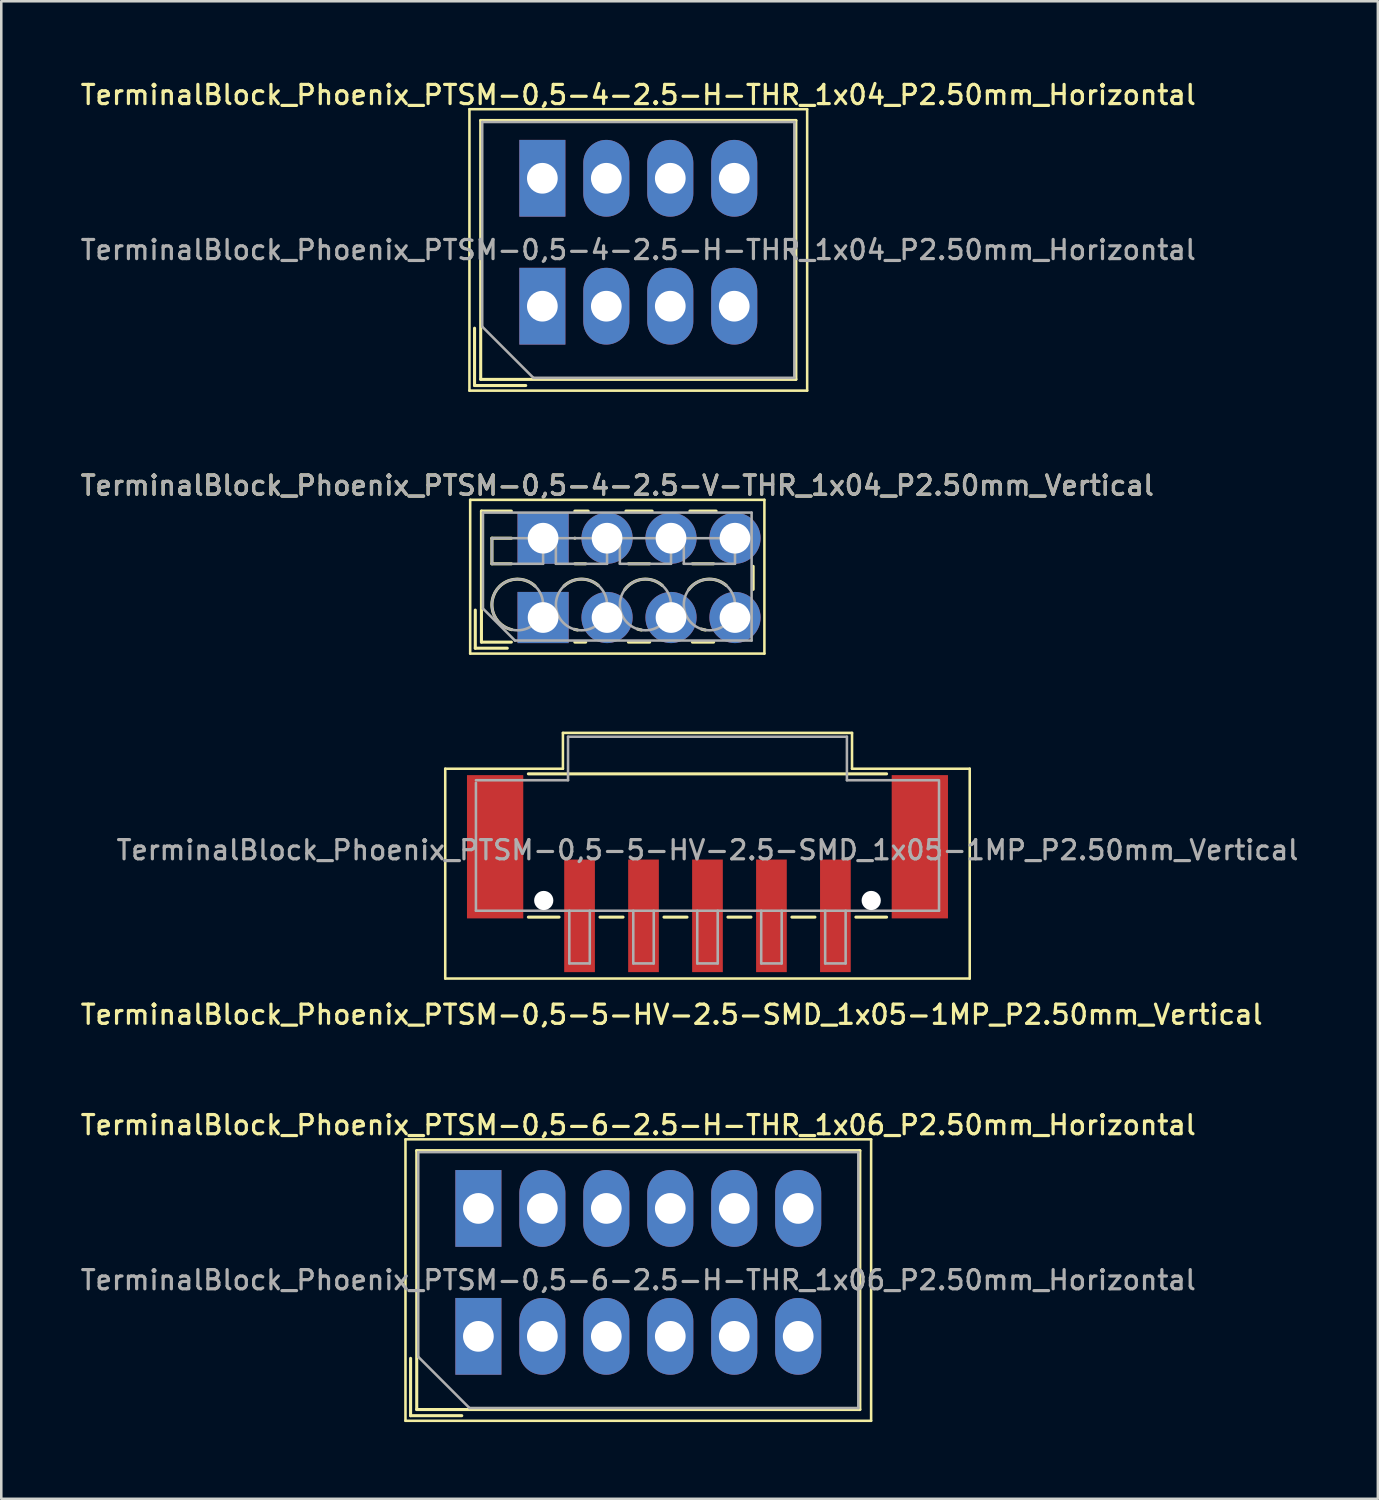
<source format=kicad_pcb>
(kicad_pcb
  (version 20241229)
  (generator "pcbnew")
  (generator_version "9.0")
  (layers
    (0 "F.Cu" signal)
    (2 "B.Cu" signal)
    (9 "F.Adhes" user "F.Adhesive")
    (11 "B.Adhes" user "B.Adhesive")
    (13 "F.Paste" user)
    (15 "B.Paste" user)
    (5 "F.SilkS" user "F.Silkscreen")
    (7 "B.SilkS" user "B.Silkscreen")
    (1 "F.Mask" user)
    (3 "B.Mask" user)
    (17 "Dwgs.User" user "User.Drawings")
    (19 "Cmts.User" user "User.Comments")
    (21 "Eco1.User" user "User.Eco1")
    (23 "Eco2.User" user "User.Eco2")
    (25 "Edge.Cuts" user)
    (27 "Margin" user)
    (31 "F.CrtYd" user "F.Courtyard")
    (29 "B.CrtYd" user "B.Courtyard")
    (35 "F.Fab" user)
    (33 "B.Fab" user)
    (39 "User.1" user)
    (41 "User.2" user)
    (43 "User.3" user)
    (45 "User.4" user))
  (footprint "TerminalBlock_Phoenix_PTSM-0,5-6-2.5-H-THR_1x06_P2.50mm_Horizontal"
    (layer "F.Cu")
    (at 15.648 49.182)
    (property "Reference" "TerminalBlock_Phoenix_PTSM-0,5-6-2.5-H-THR_1x06_P2.50mm_Horizontal" (at 6.25 -8.26 0) (layer "F.SilkS") (effects (font (size 0.75 0.75) (thickness 0.125))))
    (attr through_hole)
    (fp_line (start -2.85 -7.7) (end -2.85 3.3) (stroke (width 0.1) (type solid)) (layer "F.SilkS"))
    (fp_line (start -2.85 3.3) (end 15.35 3.3) (stroke (width 0.1) (type solid)) (layer "F.SilkS"))
    (fp_line (start -2.65 0.86) (end -2.65 3.1) (stroke (width 0.12) (type solid)) (layer "F.SilkS"))
    (fp_line (start -2.65 3.1) (end -0.65 3.1) (stroke (width 0.12) (type solid)) (layer "F.SilkS"))
    (fp_line (start -2.41 -7.26) (end -2.41 2.86) (stroke (width 0.12) (type solid)) (layer "F.SilkS"))
    (fp_line (start -2.41 -7.26) (end 14.91 -7.26) (stroke (width 0.12) (type solid)) (layer "F.SilkS"))
    (fp_line (start -2.41 2.86) (end 14.91 2.86) (stroke (width 0.12) (type solid)) (layer "F.SilkS"))
    (fp_line (start 14.91 -7.26) (end 14.91 2.86) (stroke (width 0.12) (type solid)) (layer "F.SilkS"))
    (fp_line (start 15.35 -7.7) (end -2.85 -7.7) (stroke (width 0.1) (type solid)) (layer "F.SilkS"))
    (fp_line (start 15.35 3.3) (end 15.35 -7.7) (stroke (width 0.1) (type solid)) (layer "F.SilkS"))
    (fp_line (start -2.35 -7.2) (end 14.85 -7.2) (stroke (width 0.1) (type solid)) (layer "F.Fab"))
    (fp_line (start -2.35 0.8) (end -2.35 -7.2) (stroke (width 0.1) (type solid)) (layer "F.Fab"))
    (fp_line (start -0.35 2.8) (end -2.35 0.8) (stroke (width 0.1) (type solid)) (layer "F.Fab"))
    (fp_line (start 14.85 -7.2) (end 14.85 2.8) (stroke (width 0.1) (type solid)) (layer "F.Fab"))
    (fp_line (start 14.85 2.8) (end -0.35 2.8) (stroke (width 0.1) (type solid)) (layer "F.Fab"))
    (fp_text user "${REFERENCE}" (at 6.25 -2.2 0) (layer "F.Fab") (effects (font (size 0.75 0.75) (thickness 0.125))))
    (pad "1" thru_hole rect (at 0 -5) (size 1.8 3) (drill 1.2) (layers "*.Cu" "*.Mask"))
    (pad "1" thru_hole rect (at 0 0) (size 1.8 3) (drill 1.2) (layers "*.Cu" "*.Mask"))
    (pad "2" thru_hole oval (at 2.5 -5) (size 1.8 3) (drill 1.2) (layers "*.Cu" "*.Mask"))
    (pad "2" thru_hole oval (at 2.5 0) (size 1.8 3) (drill 1.2) (layers "*.Cu" "*.Mask"))
    (pad "3" thru_hole oval (at 5 -5) (size 1.8 3) (drill 1.2) (layers "*.Cu" "*.Mask"))
    (pad "3" thru_hole oval (at 5 0) (size 1.8 3) (drill 1.2) (layers "*.Cu" "*.Mask"))
    (pad "4" thru_hole oval (at 7.5 -5) (size 1.8 3) (drill 1.2) (layers "*.Cu" "*.Mask"))
    (pad "4" thru_hole oval (at 7.5 0) (size 1.8 3) (drill 1.2) (layers "*.Cu" "*.Mask"))
    (pad "5" thru_hole oval (at 10 -5) (size 1.8 3) (drill 1.2) (layers "*.Cu" "*.Mask"))
    (pad "5" thru_hole oval (at 10 0) (size 1.8 3) (drill 1.2) (layers "*.Cu" "*.Mask"))
    (pad "6" thru_hole oval (at 12.5 -5) (size 1.8 3) (drill 1.2) (layers "*.Cu" "*.Mask"))
    (pad "6" thru_hole oval (at 12.5 0) (size 1.8 3) (drill 1.2) (layers "*.Cu" "*.Mask")))
  (footprint "TerminalBlock_Phoenix_PTSM-0,5-4-2.5-H-THR_1x04_P2.50mm_Horizontal"
    (layer "F.Cu")
    (at 18.148 8.918)
    (property "Reference" "TerminalBlock_Phoenix_PTSM-0,5-4-2.5-H-THR_1x04_P2.50mm_Horizontal" (at 3.75 -8.26 0) (layer "F.SilkS") (effects (font (size 0.75 0.75) (thickness 0.125))))
    (attr through_hole)
    (fp_line (start -2.85 -7.7) (end -2.85 3.3) (stroke (width 0.1) (type solid)) (layer "F.SilkS"))
    (fp_line (start -2.85 3.3) (end 10.35 3.3) (stroke (width 0.1) (type solid)) (layer "F.SilkS"))
    (fp_line (start -2.65 0.86) (end -2.65 3.1) (stroke (width 0.12) (type solid)) (layer "F.SilkS"))
    (fp_line (start -2.65 3.1) (end -0.65 3.1) (stroke (width 0.12) (type solid)) (layer "F.SilkS"))
    (fp_line (start -2.41 -7.26) (end -2.41 2.86) (stroke (width 0.12) (type solid)) (layer "F.SilkS"))
    (fp_line (start -2.41 -7.26) (end 9.91 -7.26) (stroke (width 0.12) (type solid)) (layer "F.SilkS"))
    (fp_line (start -2.41 2.86) (end 9.91 2.86) (stroke (width 0.12) (type solid)) (layer "F.SilkS"))
    (fp_line (start 9.91 -7.26) (end 9.91 2.86) (stroke (width 0.12) (type solid)) (layer "F.SilkS"))
    (fp_line (start 10.35 -7.7) (end -2.85 -7.7) (stroke (width 0.1) (type solid)) (layer "F.SilkS"))
    (fp_line (start 10.35 3.3) (end 10.35 -7.7) (stroke (width 0.1) (type solid)) (layer "F.SilkS"))
    (fp_line (start -2.35 -7.2) (end 9.85 -7.2) (stroke (width 0.1) (type solid)) (layer "F.Fab"))
    (fp_line (start -2.35 0.8) (end -2.35 -7.2) (stroke (width 0.1) (type solid)) (layer "F.Fab"))
    (fp_line (start -0.35 2.8) (end -2.35 0.8) (stroke (width 0.1) (type solid)) (layer "F.Fab"))
    (fp_line (start 9.85 -7.2) (end 9.85 2.8) (stroke (width 0.1) (type solid)) (layer "F.Fab"))
    (fp_line (start 9.85 2.8) (end -0.35 2.8) (stroke (width 0.1) (type solid)) (layer "F.Fab"))
    (fp_text user "${REFERENCE}" (at 3.75 -2.2 0) (layer "F.Fab") (effects (font (size 0.75 0.75) (thickness 0.125))))
    (pad "1" thru_hole rect (at 0 -5) (size 1.8 3) (drill 1.2) (layers "*.Cu" "*.Mask"))
    (pad "1" thru_hole rect (at 0 0) (size 1.8 3) (drill 1.2) (layers "*.Cu" "*.Mask"))
    (pad "2" thru_hole oval (at 2.5 -5) (size 1.8 3) (drill 1.2) (layers "*.Cu" "*.Mask"))
    (pad "2" thru_hole oval (at 2.5 0) (size 1.8 3) (drill 1.2) (layers "*.Cu" "*.Mask"))
    (pad "3" thru_hole oval (at 5 -5) (size 1.8 3) (drill 1.2) (layers "*.Cu" "*.Mask"))
    (pad "3" thru_hole oval (at 5 0) (size 1.8 3) (drill 1.2) (layers "*.Cu" "*.Mask"))
    (pad "4" thru_hole oval (at 7.5 -5) (size 1.8 3) (drill 1.2) (layers "*.Cu" "*.Mask"))
    (pad "4" thru_hole oval (at 7.5 0) (size 1.8 3) (drill 1.2) (layers "*.Cu" "*.Mask")))
  (footprint "TerminalBlock_Phoenix_PTSM-0,5-5-HV-2.5-SMD_1x05-1MP_P2.50mm_Vertical"
    (layer "F.Cu")
    (at 24.602 31.096)
    (property "Reference" "TerminalBlock_Phoenix_PTSM-0,5-5-HV-2.5-SMD_1x05-1MP_P2.50mm_Vertical" (at -1.4 5.51 0) (layer "F.SilkS") (effects (font (size 0.75 0.75) (thickness 0.125))))
    (attr smd)
    (fp_line (start -10.25 -4.1) (end -5.65 -4.1) (stroke (width 0.1) (type solid)) (layer "F.SilkS"))
    (fp_line (start -10.25 4.1) (end -10.25 -4.1) (stroke (width 0.1) (type solid)) (layer "F.SilkS"))
    (fp_line (start -7 -3.9) (end 7 -3.9) (stroke (width 0.12) (type solid)) (layer "F.SilkS"))
    (fp_line (start -5.8 1.7) (end -7 1.7) (stroke (width 0.12) (type solid)) (layer "F.SilkS"))
    (fp_line (start -5.65 -5.5) (end 5.65 -5.5) (stroke (width 0.1) (type solid)) (layer "F.SilkS"))
    (fp_line (start -5.65 -4.1) (end -5.65 -5.5) (stroke (width 0.1) (type solid)) (layer "F.SilkS"))
    (fp_line (start -3.3 1.7) (end -4.2 1.7) (stroke (width 0.12) (type solid)) (layer "F.SilkS"))
    (fp_line (start -0.8 1.7) (end -1.7 1.7) (stroke (width 0.12) (type solid)) (layer "F.SilkS"))
    (fp_line (start 1.7 1.7) (end 0.8 1.7) (stroke (width 0.12) (type solid)) (layer "F.SilkS"))
    (fp_line (start 4.2 1.7) (end 3.3 1.7) (stroke (width 0.12) (type solid)) (layer "F.SilkS"))
    (fp_line (start 5.65 -4.1) (end 5.65 -5.5) (stroke (width 0.1) (type solid)) (layer "F.SilkS"))
    (fp_line (start 7 1.7) (end 5.8 1.7) (stroke (width 0.12) (type solid)) (layer "F.SilkS"))
    (fp_line (start 10.25 -4.1) (end 5.65 -4.1) (stroke (width 0.1) (type solid)) (layer "F.SilkS"))
    (fp_line (start 10.25 -4.1) (end 10.25 4.1) (stroke (width 0.1) (type solid)) (layer "F.SilkS"))
    (fp_line (start 10.25 4.1) (end -10.25 4.1) (stroke (width 0.1) (type solid)) (layer "F.SilkS"))
    (fp_line (start -9.05 -3.65) (end -5.45 -3.65) (stroke (width 0.1) (type solid)) (layer "F.Fab"))
    (fp_line (start -9.05 1.45) (end -9.05 -3.55) (stroke (width 0.1) (type solid)) (layer "F.Fab"))
    (fp_line (start -5.45 -5.35) (end 5.45 -5.35) (stroke (width 0.1) (type solid)) (layer "F.Fab"))
    (fp_line (start -5.45 -3.65) (end -5.45 -5.35) (stroke (width 0.1) (type solid)) (layer "F.Fab"))
    (fp_line (start -5.4 1.45) (end -5.4 3.51) (stroke (width 0.1) (type solid)) (layer "F.Fab"))
    (fp_line (start -5.4 3.51) (end -4.6 3.51) (stroke (width 0.1) (type solid)) (layer "F.Fab"))
    (fp_line (start -4.6 1.45) (end -4.6 3.51) (stroke (width 0.1) (type solid)) (layer "F.Fab"))
    (fp_line (start -2.9 1.45) (end -2.9 3.51) (stroke (width 0.1) (type solid)) (layer "F.Fab"))
    (fp_line (start -2.9 3.51) (end -2.1 3.51) (stroke (width 0.1) (type solid)) (layer "F.Fab"))
    (fp_line (start -2.1 1.45) (end -2.1 3.51) (stroke (width 0.1) (type solid)) (layer "F.Fab"))
    (fp_line (start -0.4 1.45) (end -0.4 3.51) (stroke (width 0.1) (type solid)) (layer "F.Fab"))
    (fp_line (start -0.4 3.51) (end 0.4 3.51) (stroke (width 0.1) (type solid)) (layer "F.Fab"))
    (fp_line (start 0.4 1.45) (end 0.4 3.51) (stroke (width 0.1) (type solid)) (layer "F.Fab"))
    (fp_line (start 2.1 1.45) (end 2.1 3.51) (stroke (width 0.1) (type solid)) (layer "F.Fab"))
    (fp_line (start 2.1 3.51) (end 2.9 3.51) (stroke (width 0.1) (type solid)) (layer "F.Fab"))
    (fp_line (start 2.9 1.45) (end 2.9 3.51) (stroke (width 0.1) (type solid)) (layer "F.Fab"))
    (fp_line (start 4.6 1.45) (end 4.6 3.51) (stroke (width 0.1) (type solid)) (layer "F.Fab"))
    (fp_line (start 4.6 3.51) (end 5.4 3.51) (stroke (width 0.1) (type solid)) (layer "F.Fab"))
    (fp_line (start 5.4 1.45) (end 5.4 3.51) (stroke (width 0.1) (type solid)) (layer "F.Fab"))
    (fp_line (start 5.45 -5.35) (end 5.45 -3.65) (stroke (width 0.1) (type solid)) (layer "F.Fab"))
    (fp_line (start 5.45 -3.65) (end 9.05 -3.65) (stroke (width 0.1) (type solid)) (layer "F.Fab"))
    (fp_line (start 9.05 1.45) (end -9.05 1.45) (stroke (width 0.1) (type solid)) (layer "F.Fab"))
    (fp_line (start 9.05 1.45) (end 9.05 -3.6) (stroke (width 0.1) (type solid)) (layer "F.Fab"))
    (fp_text user "${REFERENCE}" (at 0 -0.92 0) (layer "F.Fab") (effects (font (size 0.75 0.75) (thickness 0.125))))
    (pad "" np_thru_hole circle (at -6.4 1.05) (size 0.75 0.75) (drill 1) (layers "*.Cu" "*.Mask"))
    (pad "" np_thru_hole circle (at 6.4 1.05) (size 0.75 0.75) (drill 1) (layers "*.Cu" "*.Mask"))
    (pad "1" smd rect (at -5 1.65 180) (size 1.2 4.4) (layers "F.Cu" "F.Mask" "F.Paste"))
    (pad "2" smd rect (at -2.5 1.65 180) (size 1.2 4.4) (layers "F.Cu" "F.Mask" "F.Paste"))
    (pad "3" smd rect (at 0 1.65 180) (size 1.2 4.4) (layers "F.Cu" "F.Mask" "F.Paste"))
    (pad "4" smd rect (at 2.5 1.65 180) (size 1.2 4.4) (layers "F.Cu" "F.Mask" "F.Paste"))
    (pad "5" smd rect (at 5 1.65 180) (size 1.2 4.4) (layers "F.Cu" "F.Mask" "F.Paste"))
    (pad "MP" smd rect (at -8.3 -1.05 180) (size 2.2 5.6) (layers "F.Cu" "F.Mask" "F.Paste"))
    (pad "MP" smd rect (at 8.3 -1.05 180) (size 2.2 5.6) (layers "F.Cu" "F.Mask" "F.Paste")))
  (footprint "TerminalBlock_Phoenix_PTSM-0,5-4-2.5-V-THR_1x04_P2.50mm_Vertical"
    (layer "F.Cu")
    (at 18.177 21.086)
    (property "Reference" "TerminalBlock_Phoenix_PTSM-0,5-4-2.5-V-THR_1x04_P2.50mm_Vertical" (at 2.9 -5.16 0) (layer "F.SilkS") (effects (font (size 0.75 0.75) (thickness 0.125))))
    (attr through_hole)
    (fp_line (start -2.85 -4.6) (end -2.85 1.41) (stroke (width 0.1) (type solid)) (layer "F.SilkS"))
    (fp_line (start -2.85 1.41) (end 8.65 1.41) (stroke (width 0.1) (type solid)) (layer "F.SilkS"))
    (fp_line (start -2.65 -0.29) (end -2.65 1.2) (stroke (width 0.12) (type solid)) (layer "F.SilkS"))
    (fp_line (start -2.65 1.2) (end -1.4 1.2) (stroke (width 0.12) (type solid)) (layer "F.SilkS"))
    (fp_line (start -2.41 -4.16) (end -2.41 0.961) (stroke (width 0.12) (type solid)) (layer "F.SilkS"))
    (fp_line (start -2.41 -4.16) (end -1.24 -4.16) (stroke (width 0.12) (type solid)) (layer "F.SilkS"))
    (fp_line (start -2.41 0.961) (end -1.24 0.961) (stroke (width 0.12) (type solid)) (layer "F.SilkS"))
    (fp_line (start -2 -3.1) (end -2 -2.1) (stroke (width 0.12) (type solid)) (layer "F.SilkS"))
    (fp_line (start -2 -3.1) (end -1.24 -3.1) (stroke (width 0.12) (type solid)) (layer "F.SilkS"))
    (fp_line (start -2 -2.1) (end -1.24 -2.1) (stroke (width 0.12) (type solid)) (layer "F.SilkS"))
    (fp_line (start 1.24 -4.16) (end 1.763 -4.16) (stroke (width 0.12) (type solid)) (layer "F.SilkS"))
    (fp_line (start 1.24 -3.1) (end 1.245 -3.1) (stroke (width 0.12) (type solid)) (layer "F.SilkS"))
    (fp_line (start 1.24 -2.1) (end 1.665 -2.1) (stroke (width 0.12) (type solid)) (layer "F.SilkS"))
    (fp_line (start 1.24 0.961) (end 1.665 0.961) (stroke (width 0.12) (type solid)) (layer "F.SilkS"))
    (fp_line (start 3.238 -4.16) (end 4.263 -4.16) (stroke (width 0.12) (type solid)) (layer "F.SilkS"))
    (fp_line (start 3.336 -2.1) (end 4.165 -2.1) (stroke (width 0.12) (type solid)) (layer "F.SilkS"))
    (fp_line (start 3.336 0.961) (end 4.165 0.961) (stroke (width 0.12) (type solid)) (layer "F.SilkS"))
    (fp_line (start 5.738 -4.16) (end 6.763 -4.16) (stroke (width 0.12) (type solid)) (layer "F.SilkS"))
    (fp_line (start 5.836 -2.1) (end 6.665 -2.1) (stroke (width 0.12) (type solid)) (layer "F.SilkS"))
    (fp_line (start 5.836 0.961) (end 6.665 0.961) (stroke (width 0.12) (type solid)) (layer "F.SilkS"))
    (fp_line (start 8.21 -2) (end 8.21 -1.1) (stroke (width 0.12) (type solid)) (layer "F.SilkS"))
    (fp_line (start 8.65 -4.6) (end -2.85 -4.6) (stroke (width 0.1) (type solid)) (layer "F.SilkS"))
    (fp_line (start 8.65 1.41) (end 8.65 -4.6) (stroke (width 0.1) (type solid)) (layer "F.SilkS"))
    (fp_arc (start -1.224629 0.474931) (mid -1.883573 -0.969306) (end -0.318 -1.232) (stroke (width 0.12) (type solid)) (layer "F.SilkS"))
    (fp_arc (start 0.817811 -1.23232) (mid 1.483053 -1.500693) (end 2.157 -1.255) (stroke (width 0.12) (type solid)) (layer "F.SilkS"))
    (fp_arc (start 1.344288 0.488343) (mid 1.284242 0.476994) (end 1.225 0.462) (stroke (width 0.12) (type solid)) (layer "F.SilkS"))
    (fp_arc (start 3.190612 -1.088697) (mid 3.887218 -1.494461) (end 4.657 -1.255) (stroke (width 0.12) (type solid)) (layer "F.SilkS"))
    (fp_arc (start 3.84373 0.488618) (mid 3.766646 0.47331) (end 3.691 0.452) (stroke (width 0.12) (type solid)) (layer "F.SilkS"))
    (fp_arc (start 5.690612 -1.088697) (mid 6.387218 -1.494461) (end 7.157 -1.255) (stroke (width 0.12) (type solid)) (layer "F.SilkS"))
    (fp_arc (start 6.34373 0.488618) (mid 6.266646 0.47331) (end 6.191 0.452) (stroke (width 0.12) (type solid)) (layer "F.SilkS"))
    (fp_line (start -2.35 -4.1) (end 8.15 -4.1) (stroke (width 0.1) (type solid)) (layer "F.Fab"))
    (fp_line (start -2.35 -0.35) (end -2.35 -4.1) (stroke (width 0.1) (type solid)) (layer "F.Fab"))
    (fp_line (start -2 -3.1) (end -2 -2.1) (stroke (width 0.1) (type solid)) (layer "F.Fab"))
    (fp_line (start -2 -2.1) (end 0 -2.1) (stroke (width 0.1) (type solid)) (layer "F.Fab"))
    (fp_line (start -1.1 0.9) (end -2.35 -0.35) (stroke (width 0.1) (type solid)) (layer "F.Fab"))
    (fp_line (start 0 -3.1) (end -2 -3.1) (stroke (width 0.1) (type solid)) (layer "F.Fab"))
    (fp_line (start 0 -2.1) (end 0 -3.1) (stroke (width 0.1) (type solid)) (layer "F.Fab"))
    (fp_line (start 0.5 -3.1) (end 0.5 -2.1) (stroke (width 0.1) (type solid)) (layer "F.Fab"))
    (fp_line (start 0.5 -2.1) (end 2.5 -2.1) (stroke (width 0.1) (type solid)) (layer "F.Fab"))
    (fp_line (start 2.5 -3.1) (end 0.5 -3.1) (stroke (width 0.1) (type solid)) (layer "F.Fab"))
    (fp_line (start 2.5 -2.1) (end 2.5 -3.1) (stroke (width 0.1) (type solid)) (layer "F.Fab"))
    (fp_line (start 3 -3.1) (end 3 -2.1) (stroke (width 0.1) (type solid)) (layer "F.Fab"))
    (fp_line (start 3 -2.1) (end 5 -2.1) (stroke (width 0.1) (type solid)) (layer "F.Fab"))
    (fp_line (start 5 -3.1) (end 3 -3.1) (stroke (width 0.1) (type solid)) (layer "F.Fab"))
    (fp_line (start 5 -2.1) (end 5 -3.1) (stroke (width 0.1) (type solid)) (layer "F.Fab"))
    (fp_line (start 5.5 -3.1) (end 5.5 -2.1) (stroke (width 0.1) (type solid)) (layer "F.Fab"))
    (fp_line (start 5.5 -2.1) (end 7.5 -2.1) (stroke (width 0.1) (type solid)) (layer "F.Fab"))
    (fp_line (start 7.5 -3.1) (end 5.5 -3.1) (stroke (width 0.1) (type solid)) (layer "F.Fab"))
    (fp_line (start 7.5 -2.1) (end 7.5 -3.1) (stroke (width 0.1) (type solid)) (layer "F.Fab"))
    (fp_line (start 8.15 -4.1) (end 8.15 0.9) (stroke (width 0.1) (type solid)) (layer "F.Fab"))
    (fp_line (start 8.15 0.9) (end -1.1 0.9) (stroke (width 0.1) (type solid)) (layer "F.Fab"))
    (fp_circle (center -1 -0.5) (end 0 -0.5) (stroke (width 0.1) (type solid)) (fill no) (layer "F.Fab"))
    (fp_circle (center 1.5 -0.5) (end 2.5 -0.5) (stroke (width 0.1) (type solid)) (fill no) (layer "F.Fab"))
    (fp_circle (center 4 -0.5) (end 5 -0.5) (stroke (width 0.1) (type solid)) (fill no) (layer "F.Fab"))
    (fp_circle (center 6.5 -0.5) (end 7.5 -0.5) (stroke (width 0.1) (type solid)) (fill no) (layer "F.Fab"))
    (fp_text user "${REFERENCE}" (at 2.9 -5.16 0) (layer "F.Fab") (effects (font (size 0.75 0.75) (thickness 0.125))))
    (pad "1" thru_hole rect (at 0 -3.1) (size 2 2) (drill 1.2) (layers "*.Cu" "*.Mask"))
    (pad "1" thru_hole rect (at 0 0) (size 2 2) (drill 1.2) (layers "*.Cu" "*.Mask"))
    (pad "2" thru_hole circle (at 2.5 -3.1) (size 2 2) (drill 1.2) (layers "*.Cu" "*.Mask"))
    (pad "2" thru_hole circle (at 2.5 0) (size 2 2) (drill 1.2) (layers "*.Cu" "*.Mask"))
    (pad "3" thru_hole circle (at 5 -3.1) (size 2 2) (drill 1.2) (layers "*.Cu" "*.Mask"))
    (pad "3" thru_hole circle (at 5 0) (size 2 2) (drill 1.2) (layers "*.Cu" "*.Mask"))
    (pad "4" thru_hole circle (at 7.5 -3.1) (size 2 2) (drill 1.2) (layers "*.Cu" "*.Mask"))
    (pad "4" thru_hole circle (at 7.5 0) (size 2 2) (drill 1.2) (layers "*.Cu" "*.Mask")))
  (gr_rect
    (start -3 -3)
    (end 50.804 55.532)
    (stroke (width 0.1) (type default))
    (fill no)
    (layer "Edge.Cuts")))
</source>
